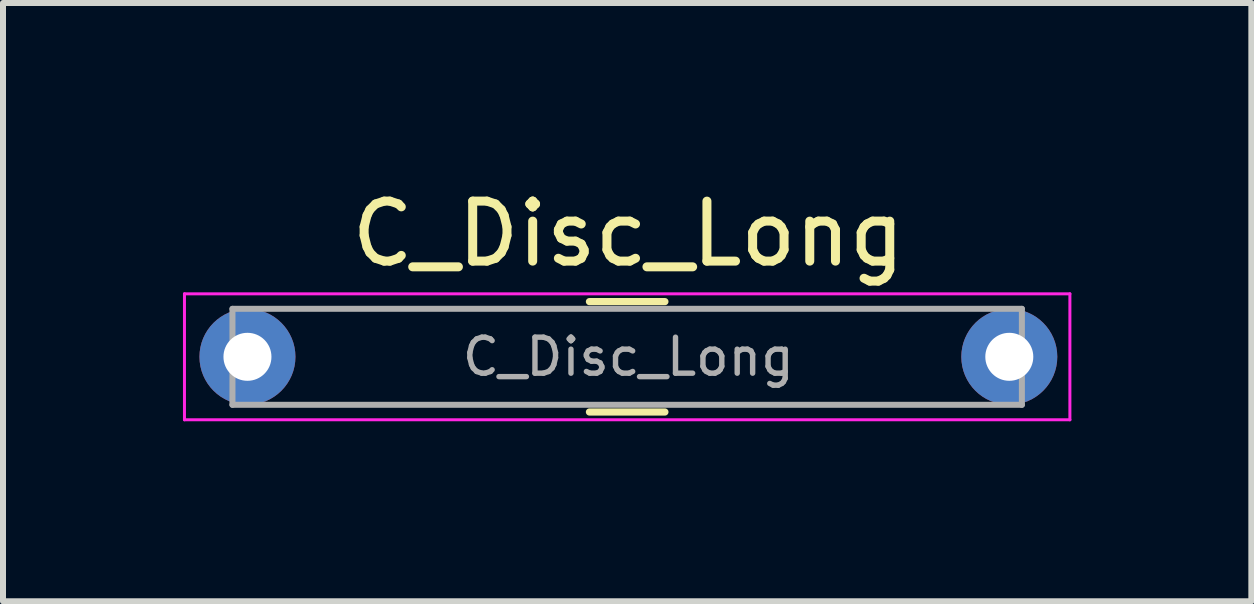
<source format=kicad_pcb>
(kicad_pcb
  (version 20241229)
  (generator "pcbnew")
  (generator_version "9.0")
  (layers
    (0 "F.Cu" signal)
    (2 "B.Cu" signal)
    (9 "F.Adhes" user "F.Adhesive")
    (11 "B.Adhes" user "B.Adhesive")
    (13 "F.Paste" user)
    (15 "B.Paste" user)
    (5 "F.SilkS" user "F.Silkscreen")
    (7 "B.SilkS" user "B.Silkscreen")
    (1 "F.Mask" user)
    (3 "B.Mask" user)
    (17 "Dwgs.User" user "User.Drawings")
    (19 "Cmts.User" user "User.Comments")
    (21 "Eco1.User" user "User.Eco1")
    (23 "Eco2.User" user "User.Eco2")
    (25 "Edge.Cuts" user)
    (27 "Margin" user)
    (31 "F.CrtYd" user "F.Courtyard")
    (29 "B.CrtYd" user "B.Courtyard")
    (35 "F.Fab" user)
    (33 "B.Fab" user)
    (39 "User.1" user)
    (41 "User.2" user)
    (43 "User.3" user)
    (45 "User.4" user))
  (footprint "C_Disc_Long"
    (layer "F.Cu")
    (at 1.075 2.898)
    (property "Reference" "C_Disc_Long" (at 6.35 -2.05 0) (layer "F.SilkS") (effects (font (size 1 1) (thickness 0.15))))
    (attr through_hole)
    (fp_line (start 5.701 -0.92) (end 6.959 -0.92) (stroke (width 0.12) (type solid)) (layer "F.SilkS"))
    (fp_line (start 5.701 0.92) (end 6.959 0.92) (stroke (width 0.12) (type solid)) (layer "F.SilkS"))
    (fp_line (start -1.05 -1.05) (end -1.05 1.05) (stroke (width 0.05) (type solid)) (layer "F.CrtYd"))
    (fp_line (start -1.05 1.05) (end 13.71 1.05) (stroke (width 0.05) (type solid)) (layer "F.CrtYd"))
    (fp_line (start 13.71 -1.05) (end -1.05 -1.05) (stroke (width 0.05) (type solid)) (layer "F.CrtYd"))
    (fp_line (start 13.71 1.05) (end 13.71 -1.05) (stroke (width 0.05) (type solid)) (layer "F.CrtYd"))
    (fp_line (start -0.25 -0.8) (end -0.25 0.8) (stroke (width 0.1) (type solid)) (layer "F.Fab"))
    (fp_line (start -0.25 0.8) (end 12.91 0.8) (stroke (width 0.1) (type solid)) (layer "F.Fab"))
    (fp_line (start 12.91 -0.8) (end -0.25 -0.8) (stroke (width 0.1) (type solid)) (layer "F.Fab"))
    (fp_line (start 12.91 0.8) (end 12.91 -0.8) (stroke (width 0.1) (type solid)) (layer "F.Fab"))
    (fp_text user "${REFERENCE}" (at 6.35 0 0) (layer "F.Fab") (effects (font (size 0.6 0.6) (thickness 0.09))))
    (pad "1" thru_hole circle (at 0 0) (size 1.6 1.6) (drill 0.8) (layers "*.Cu" "*.Mask"))
    (pad "2" thru_hole circle (at 12.7 0) (size 1.6 1.6) (drill 0.8) (layers "*.Cu" "*.Mask")))
  (gr_rect
    (start -3 -3)
    (end 17.81 6.973)
    (stroke (width 0.1) (type default))
    (fill no)
    (layer "Edge.Cuts")))
</source>
